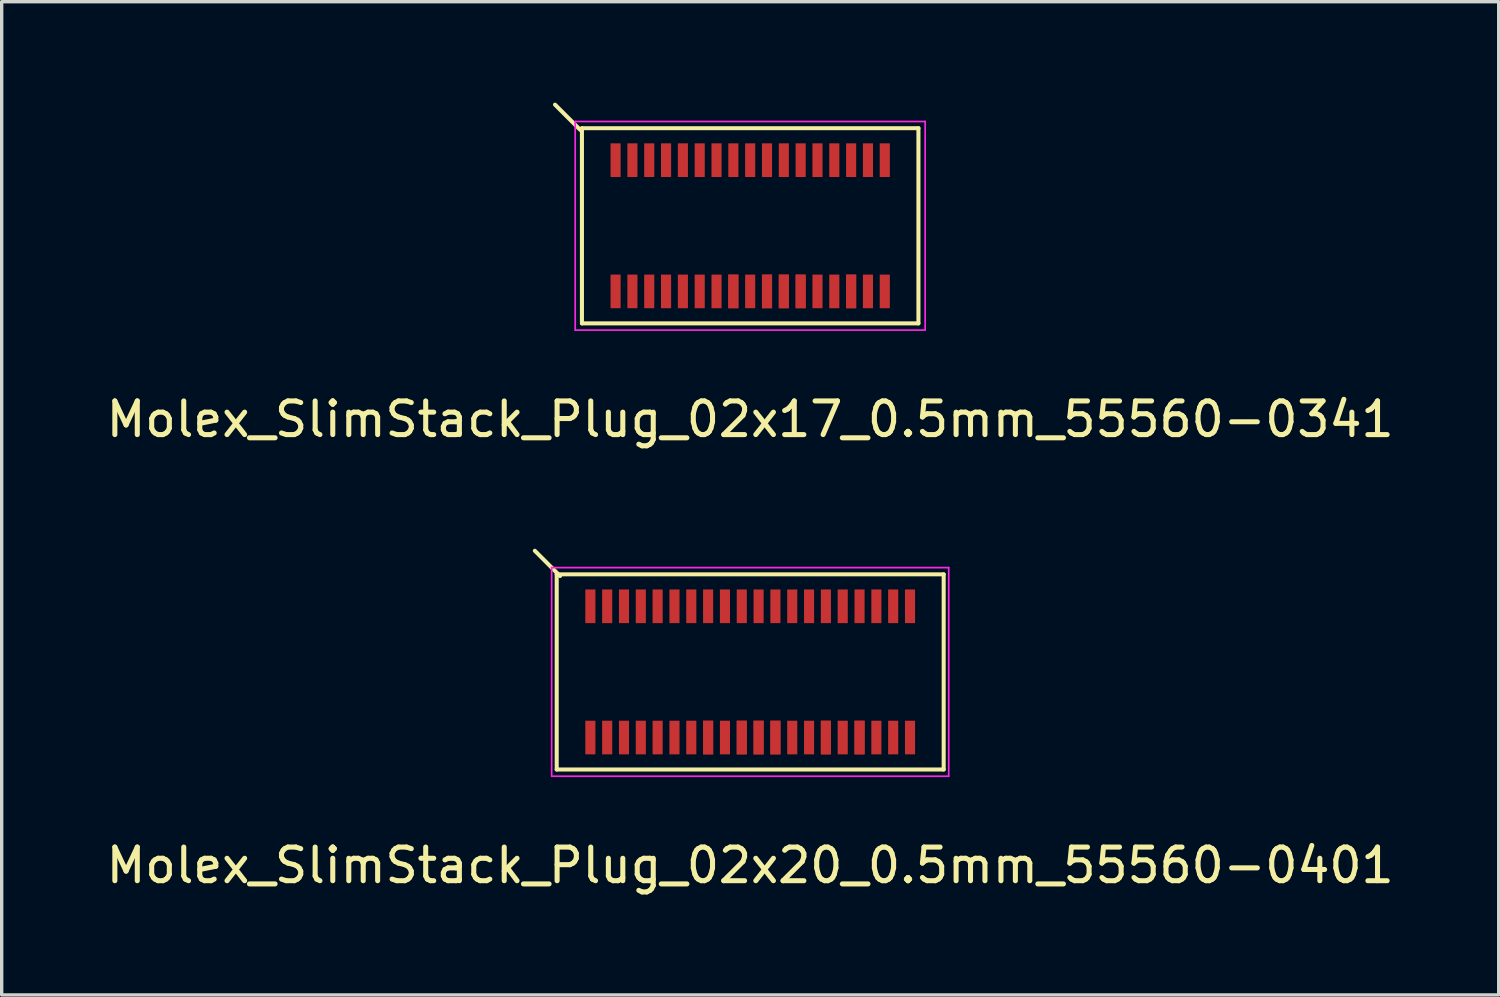
<source format=kicad_pcb>
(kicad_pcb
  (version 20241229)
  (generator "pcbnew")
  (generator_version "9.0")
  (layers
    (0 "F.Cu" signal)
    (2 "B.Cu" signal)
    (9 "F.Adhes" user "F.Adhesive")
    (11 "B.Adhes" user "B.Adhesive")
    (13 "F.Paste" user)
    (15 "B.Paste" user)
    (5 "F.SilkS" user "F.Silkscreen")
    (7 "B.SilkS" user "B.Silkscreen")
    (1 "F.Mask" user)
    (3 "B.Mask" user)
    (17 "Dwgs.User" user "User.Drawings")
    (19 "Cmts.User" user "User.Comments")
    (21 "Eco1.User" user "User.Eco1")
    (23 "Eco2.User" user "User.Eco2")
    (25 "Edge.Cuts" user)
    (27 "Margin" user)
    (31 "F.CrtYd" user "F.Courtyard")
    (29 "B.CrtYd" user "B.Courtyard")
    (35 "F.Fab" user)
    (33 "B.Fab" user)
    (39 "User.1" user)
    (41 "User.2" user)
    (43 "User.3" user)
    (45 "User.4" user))
  (footprint "Molex_SlimStack_Plug_02x20_0.5mm_55560-0401"
    (layer "F.Cu")
    (at 19.244 16.918)
    (property "Reference" "Molex_SlimStack_Plug_02x20_0.5mm_55560-0401" (at 0 5.75 0) (layer "F.SilkS") (effects (font (size 1 1) (thickness 0.15))))
    (attr smd)
    (fp_line (start -5.75 -2.9) (end -5.75 2.9) (stroke (width 0.12) (type solid)) (layer "F.SilkS"))
    (fp_line (start -5.75 2.9) (end 5.75 2.9) (stroke (width 0.12) (type solid)) (layer "F.SilkS"))
    (fp_line (start -5.65 -2.85) (end -6.4 -3.6) (stroke (width 0.12) (type solid)) (layer "F.SilkS"))
    (fp_line (start 5.75 -2.9) (end -5.75 -2.9) (stroke (width 0.12) (type solid)) (layer "F.SilkS"))
    (fp_line (start 5.75 2.9) (end 5.75 -2.9) (stroke (width 0.12) (type solid)) (layer "F.SilkS"))
    (fp_line (start -5.9 -3.1) (end -5.9 3.1) (stroke (width 0.05) (type solid)) (layer "F.CrtYd"))
    (fp_line (start -5.9 3.1) (end 5.9 3.1) (stroke (width 0.05) (type solid)) (layer "F.CrtYd"))
    (fp_line (start 5.9 -3.1) (end -5.9 -3.1) (stroke (width 0.05) (type solid)) (layer "F.CrtYd"))
    (fp_line (start 5.9 3.1) (end 5.9 -3.1) (stroke (width 0.05) (type solid)) (layer "F.CrtYd"))
    (pad "1" smd rect (at -4.75 -1.95) (size 0.3 1) (layers "F.Cu" "F.Mask" "F.Paste"))
    (pad "2" smd rect (at -4.75 1.95) (size 0.3 1) (layers "F.Cu" "F.Mask" "F.Paste"))
    (pad "3" smd rect (at -4.25 -1.95) (size 0.3 1) (layers "F.Cu" "F.Mask" "F.Paste"))
    (pad "4" smd rect (at -4.25 1.95) (size 0.3 1) (layers "F.Cu" "F.Mask" "F.Paste"))
    (pad "5" smd rect (at -3.75 -1.95) (size 0.3 1) (layers "F.Cu" "F.Mask" "F.Paste"))
    (pad "6" smd rect (at -3.75 1.95) (size 0.3 1) (layers "F.Cu" "F.Mask" "F.Paste"))
    (pad "7" smd rect (at -3.25 -1.95) (size 0.3 1) (layers "F.Cu" "F.Mask" "F.Paste"))
    (pad "8" smd rect (at -3.25 1.95) (size 0.3 1) (layers "F.Cu" "F.Mask" "F.Paste"))
    (pad "9" smd rect (at -2.75 -1.95) (size 0.3 1) (layers "F.Cu" "F.Mask" "F.Paste"))
    (pad "10" smd rect (at -2.75 1.95) (size 0.3 1) (layers "F.Cu" "F.Mask" "F.Paste"))
    (pad "11" smd rect (at -2.25 -1.95) (size 0.3 1) (layers "F.Cu" "F.Mask" "F.Paste"))
    (pad "12" smd rect (at -2.25 1.95) (size 0.3 1) (layers "F.Cu" "F.Mask" "F.Paste"))
    (pad "13" smd rect (at -1.75 -1.95) (size 0.3 1) (layers "F.Cu" "F.Mask" "F.Paste"))
    (pad "14" smd rect (at -1.75 1.95) (size 0.3 1) (layers "F.Cu" "F.Mask" "F.Paste"))
    (pad "15" smd rect (at -1.25 -1.95) (size 0.3 1) (layers "F.Cu" "F.Mask" "F.Paste"))
    (pad "16" smd rect (at -1.25 1.95) (size 0.3 1) (layers "F.Cu" "F.Mask" "F.Paste"))
    (pad "16" smd rect (at -1.25 1.95) (size 0.3 1) (layers "F.Cu" "F.Mask" "F.Paste"))
    (pad "17" smd rect (at -0.75 -1.95) (size 0.3 1) (layers "F.Cu" "F.Mask" "F.Paste"))
    (pad "18" smd rect (at -0.75 1.95) (size 0.3 1) (layers "F.Cu" "F.Mask" "F.Paste"))
    (pad "19" smd rect (at -0.25 -1.95) (size 0.3 1) (layers "F.Cu" "F.Mask" "F.Paste"))
    (pad "20" smd rect (at -0.25 1.95) (size 0.3 1) (layers "F.Cu" "F.Mask" "F.Paste"))
    (pad "20" smd rect (at -0.25 1.95) (size 0.3 1) (layers "F.Cu" "F.Mask" "F.Paste"))
    (pad "21" smd rect (at 0.25 -1.95) (size 0.3 1) (layers "F.Cu" "F.Mask" "F.Paste"))
    (pad "22" smd rect (at 0.25 1.95) (size 0.3 1) (layers "F.Cu" "F.Mask" "F.Paste"))
    (pad "22" smd rect (at 0.25 1.95) (size 0.3 1) (layers "F.Cu" "F.Mask" "F.Paste"))
    (pad "23" smd rect (at 0.75 -1.95) (size 0.3 1) (layers "F.Cu" "F.Mask" "F.Paste"))
    (pad "24" smd rect (at 0.75 1.95) (size 0.3 1) (layers "F.Cu" "F.Mask" "F.Paste"))
    (pad "24" smd rect (at 0.75 1.95) (size 0.3 1) (layers "F.Cu" "F.Mask" "F.Paste"))
    (pad "25" smd rect (at 1.25 -1.95) (size 0.3 1) (layers "F.Cu" "F.Mask" "F.Paste"))
    (pad "26" smd rect (at 1.25 1.95) (size 0.3 1) (layers "F.Cu" "F.Mask" "F.Paste"))
    (pad "27" smd rect (at 1.75 -1.95) (size 0.3 1) (layers "F.Cu" "F.Mask" "F.Paste"))
    (pad "28" smd rect (at 1.75 1.95) (size 0.3 1) (layers "F.Cu" "F.Mask" "F.Paste"))
    (pad "29" smd rect (at 2.25 -1.95) (size 0.3 1) (layers "F.Cu" "F.Mask" "F.Paste"))
    (pad "30" smd rect (at 2.25 1.95) (size 0.3 1) (layers "F.Cu" "F.Mask" "F.Paste"))
    (pad "30" smd rect (at 2.25 1.95) (size 0.3 1) (layers "F.Cu" "F.Mask" "F.Paste"))
    (pad "31" smd rect (at 2.75 -1.95) (size 0.3 1) (layers "F.Cu" "F.Mask" "F.Paste"))
    (pad "32" smd rect (at 2.75 1.95) (size 0.3 1) (layers "F.Cu" "F.Mask" "F.Paste"))
    (pad "33" smd rect (at 3.25 -1.95) (size 0.3 1) (layers "F.Cu" "F.Mask" "F.Paste"))
    (pad "34" smd rect (at 3.25 1.95) (size 0.3 1) (layers "F.Cu" "F.Mask" "F.Paste"))
    (pad "34" smd rect (at 3.25 1.95) (size 0.3 1) (layers "F.Cu" "F.Mask" "F.Paste"))
    (pad "35" smd rect (at 3.75 -1.95) (size 0.3 1) (layers "F.Cu" "F.Mask" "F.Paste"))
    (pad "36" smd rect (at 3.75 1.95) (size 0.3 1) (layers "F.Cu" "F.Mask" "F.Paste"))
    (pad "37" smd rect (at 4.25 -1.95) (size 0.3 1) (layers "F.Cu" "F.Mask" "F.Paste"))
    (pad "38" smd rect (at 4.25 1.95) (size 0.3 1) (layers "F.Cu" "F.Mask" "F.Paste"))
    (pad "39" smd rect (at 4.75 -1.95) (size 0.3 1) (layers "F.Cu" "F.Mask" "F.Paste"))
    (pad "40" smd rect (at 4.75 1.95) (size 0.3 1) (layers "F.Cu" "F.Mask" "F.Paste")))
  (footprint "Molex_SlimStack_Plug_02x17_0.5mm_55560-0341"
    (layer "F.Cu")
    (at 19.244 3.66)
    (property "Reference" "Molex_SlimStack_Plug_02x17_0.5mm_55560-0341" (at 0 5.75 0) (layer "F.SilkS") (effects (font (size 1 1) (thickness 0.15))))
    (attr smd)
    (fp_line (start -5.05 -2.85) (end -5.8 -3.6) (stroke (width 0.12) (type solid)) (layer "F.SilkS"))
    (fp_line (start -5 -2.9) (end -5 2.9) (stroke (width 0.12) (type solid)) (layer "F.SilkS"))
    (fp_line (start -5 2.9) (end 5 2.9) (stroke (width 0.12) (type solid)) (layer "F.SilkS"))
    (fp_line (start 5 -2.9) (end -5 -2.9) (stroke (width 0.12) (type solid)) (layer "F.SilkS"))
    (fp_line (start 5 2.9) (end 5 -2.9) (stroke (width 0.12) (type solid)) (layer "F.SilkS"))
    (fp_line (start -5.2 -3.1) (end -5.2 3.1) (stroke (width 0.05) (type solid)) (layer "F.CrtYd"))
    (fp_line (start -5.2 3.1) (end 5.2 3.1) (stroke (width 0.05) (type solid)) (layer "F.CrtYd"))
    (fp_line (start 5.2 -3.1) (end -5.2 -3.1) (stroke (width 0.05) (type solid)) (layer "F.CrtYd"))
    (fp_line (start 5.2 3.1) (end 5.2 -3.1) (stroke (width 0.05) (type solid)) (layer "F.CrtYd"))
    (pad "1" smd rect (at -4 -1.95) (size 0.3 1) (layers "F.Cu" "F.Mask" "F.Paste"))
    (pad "2" smd rect (at -4 1.95) (size 0.3 1) (layers "F.Cu" "F.Mask" "F.Paste"))
    (pad "3" smd rect (at -3.5 -1.95) (size 0.3 1) (layers "F.Cu" "F.Mask" "F.Paste"))
    (pad "4" smd rect (at -3.5 1.95) (size 0.3 1) (layers "F.Cu" "F.Mask" "F.Paste"))
    (pad "5" smd rect (at -3 -1.95) (size 0.3 1) (layers "F.Cu" "F.Mask" "F.Paste"))
    (pad "6" smd rect (at -3 1.95) (size 0.3 1) (layers "F.Cu" "F.Mask" "F.Paste"))
    (pad "7" smd rect (at -2.5 -1.95) (size 0.3 1) (layers "F.Cu" "F.Mask" "F.Paste"))
    (pad "8" smd rect (at -2.5 1.95) (size 0.3 1) (layers "F.Cu" "F.Mask" "F.Paste"))
    (pad "9" smd rect (at -2 -1.95) (size 0.3 1) (layers "F.Cu" "F.Mask" "F.Paste"))
    (pad "10" smd rect (at -2 1.95) (size 0.3 1) (layers "F.Cu" "F.Mask" "F.Paste"))
    (pad "11" smd rect (at -1.5 -1.95) (size 0.3 1) (layers "F.Cu" "F.Mask" "F.Paste"))
    (pad "12" smd rect (at -1.5 1.95) (size 0.3 1) (layers "F.Cu" "F.Mask" "F.Paste"))
    (pad "13" smd rect (at -1 -1.95) (size 0.3 1) (layers "F.Cu" "F.Mask" "F.Paste"))
    (pad "14" smd rect (at -1 1.95) (size 0.3 1) (layers "F.Cu" "F.Mask" "F.Paste"))
    (pad "15" smd rect (at -0.5 -1.95) (size 0.3 1) (layers "F.Cu" "F.Mask" "F.Paste"))
    (pad "16" smd rect (at -0.5 1.95) (size 0.3 1) (layers "F.Cu" "F.Mask" "F.Paste"))
    (pad "16" smd rect (at -0.5 1.95) (size 0.3 1) (layers "F.Cu" "F.Mask" "F.Paste"))
    (pad "17" smd rect (at 0 -1.95) (size 0.3 1) (layers "F.Cu" "F.Mask" "F.Paste"))
    (pad "18" smd rect (at 0 1.95) (size 0.3 1) (layers "F.Cu" "F.Mask" "F.Paste"))
    (pad "19" smd rect (at 0.5 -1.95) (size 0.3 1) (layers "F.Cu" "F.Mask" "F.Paste"))
    (pad "20" smd rect (at 0.5 1.95) (size 0.3 1) (layers "F.Cu" "F.Mask" "F.Paste"))
    (pad "20" smd rect (at 0.5 1.95) (size 0.3 1) (layers "F.Cu" "F.Mask" "F.Paste"))
    (pad "21" smd rect (at 1 -1.95) (size 0.3 1) (layers "F.Cu" "F.Mask" "F.Paste"))
    (pad "22" smd rect (at 1 1.95) (size 0.3 1) (layers "F.Cu" "F.Mask" "F.Paste"))
    (pad "22" smd rect (at 1 1.95) (size 0.3 1) (layers "F.Cu" "F.Mask" "F.Paste"))
    (pad "23" smd rect (at 1.5 -1.95) (size 0.3 1) (layers "F.Cu" "F.Mask" "F.Paste"))
    (pad "24" smd rect (at 1.5 1.95) (size 0.3 1) (layers "F.Cu" "F.Mask" "F.Paste"))
    (pad "24" smd rect (at 1.5 1.95) (size 0.3 1) (layers "F.Cu" "F.Mask" "F.Paste"))
    (pad "25" smd rect (at 2 -1.95) (size 0.3 1) (layers "F.Cu" "F.Mask" "F.Paste"))
    (pad "26" smd rect (at 2 1.95) (size 0.3 1) (layers "F.Cu" "F.Mask" "F.Paste"))
    (pad "27" smd rect (at 2.5 -1.95) (size 0.3 1) (layers "F.Cu" "F.Mask" "F.Paste"))
    (pad "28" smd rect (at 2.5 1.95) (size 0.3 1) (layers "F.Cu" "F.Mask" "F.Paste"))
    (pad "29" smd rect (at 3 -1.95) (size 0.3 1) (layers "F.Cu" "F.Mask" "F.Paste"))
    (pad "30" smd rect (at 3 1.95) (size 0.3 1) (layers "F.Cu" "F.Mask" "F.Paste"))
    (pad "30" smd rect (at 3 1.95) (size 0.3 1) (layers "F.Cu" "F.Mask" "F.Paste"))
    (pad "31" smd rect (at 3.5 -1.95) (size 0.3 1) (layers "F.Cu" "F.Mask" "F.Paste"))
    (pad "32" smd rect (at 3.5 1.95) (size 0.3 1) (layers "F.Cu" "F.Mask" "F.Paste"))
    (pad "33" smd rect (at 4 -1.95) (size 0.3 1) (layers "F.Cu" "F.Mask" "F.Paste"))
    (pad "34" smd rect (at 4 1.95) (size 0.3 1) (layers "F.Cu" "F.Mask" "F.Paste")))
  (gr_rect
    (start -3 -3)
    (end 41.488 26.517)
    (stroke (width 0.1) (type default))
    (fill no)
    (layer "Edge.Cuts")))
</source>
